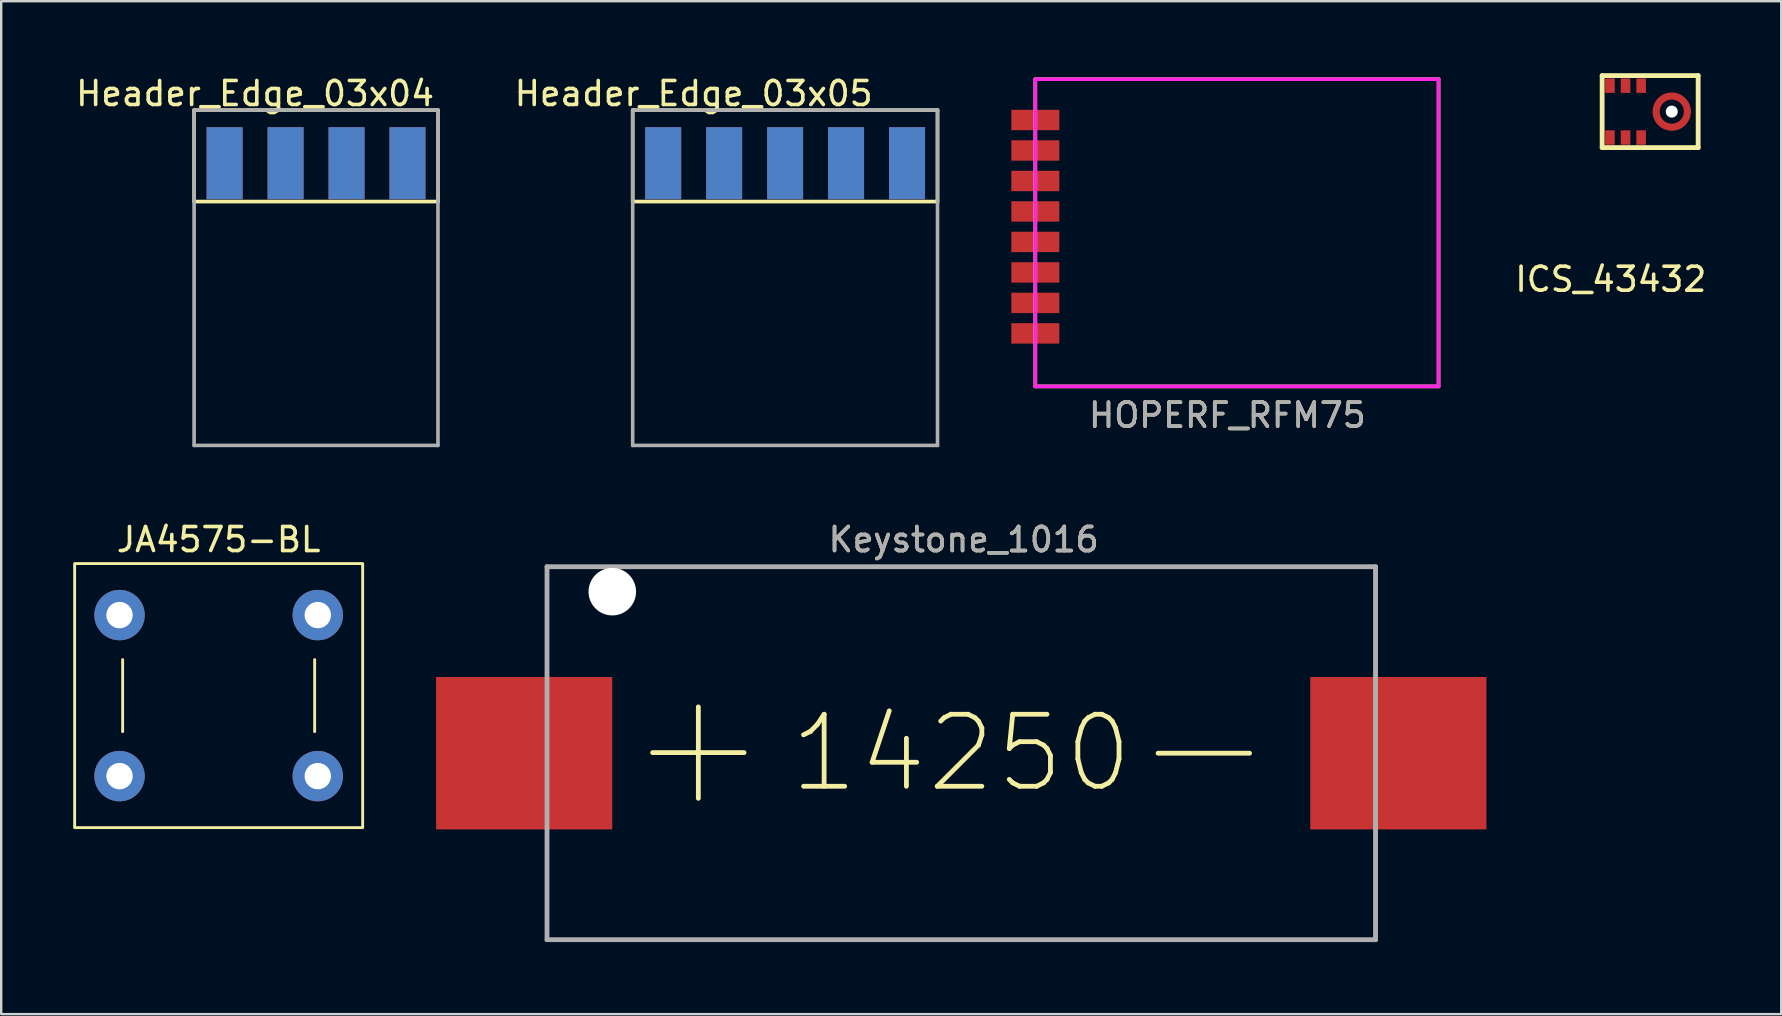
<source format=kicad_pcb>
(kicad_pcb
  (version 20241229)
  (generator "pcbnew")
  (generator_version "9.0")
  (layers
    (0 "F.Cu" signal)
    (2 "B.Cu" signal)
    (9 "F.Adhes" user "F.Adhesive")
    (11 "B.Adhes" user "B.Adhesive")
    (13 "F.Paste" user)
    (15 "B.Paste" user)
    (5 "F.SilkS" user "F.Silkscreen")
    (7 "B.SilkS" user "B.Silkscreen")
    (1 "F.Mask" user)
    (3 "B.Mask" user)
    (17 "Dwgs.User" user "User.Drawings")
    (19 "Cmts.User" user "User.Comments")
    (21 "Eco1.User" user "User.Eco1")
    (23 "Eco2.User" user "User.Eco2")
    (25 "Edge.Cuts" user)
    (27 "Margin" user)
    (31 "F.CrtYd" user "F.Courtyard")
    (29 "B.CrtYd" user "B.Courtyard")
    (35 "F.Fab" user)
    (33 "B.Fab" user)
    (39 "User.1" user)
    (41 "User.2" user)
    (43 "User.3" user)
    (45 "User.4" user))
  (footprint "Header_Edge_03x05"
    (layer "F.Cu")
    (at 24.58 5.348)
    (property "Reference" "Header_Edge_03x05" (at 1.27 -4.5 0) (layer "F.SilkS") (effects (font (size 1 1) (thickness 0.15))))
    (attr through_hole)
    (fp_line (start -1.27 -3.81) (end 11.43 -3.81) (stroke (width 0.15) (type solid)) (layer "F.SilkS"))
    (fp_line (start -1.27 0) (end -1.27 -3.81) (stroke (width 0.15) (type solid)) (layer "F.SilkS"))
    (fp_line (start 11.43 -3.81) (end 11.43 0) (stroke (width 0.15) (type solid)) (layer "F.SilkS"))
    (fp_line (start 11.43 0) (end -1.27 0) (stroke (width 0.15) (type solid)) (layer "F.SilkS"))
    (fp_line (start -1.27 -3.81) (end 11.43 -3.81) (stroke (width 0.15) (type solid)) (layer "F.Fab"))
    (fp_line (start -1.27 10.16) (end -1.27 -3.81) (stroke (width 0.15) (type solid)) (layer "F.Fab"))
    (fp_line (start 11.43 -3.81) (end 11.43 10.16) (stroke (width 0.15) (type solid)) (layer "F.Fab"))
    (fp_line (start 11.43 10.16) (end -1.27 10.16) (stroke (width 0.15) (type solid)) (layer "F.Fab"))
    (pad "1" smd rect (at 0 -1.6) (size 1.5 3) (layers "F.Cu" "F.Mask" "F.Paste"))
    (pad "2" smd rect (at 0 -1.6) (size 1.5 3) (layers "B.Cu" "B.Mask" "B.Paste"))
    (pad "3" smd rect (at 2.54 -1.6) (size 1.5 3) (layers "F.Cu" "F.Mask" "F.Paste"))
    (pad "4" smd rect (at 2.54 -1.6) (size 1.5 3) (layers "B.Cu" "B.Mask" "B.Paste"))
    (pad "5" smd rect (at 5.08 -1.6) (size 1.5 3) (layers "F.Cu" "F.Mask" "F.Paste"))
    (pad "6" smd rect (at 5.08 -1.6) (size 1.5 3) (layers "B.Cu" "B.Mask" "B.Paste"))
    (pad "7" smd rect (at 7.62 -1.6) (size 1.5 3) (layers "F.Cu" "F.Mask" "F.Paste"))
    (pad "8" smd rect (at 7.62 -1.6) (size 1.5 3) (layers "B.Cu" "B.Mask" "B.Paste"))
    (pad "9" smd rect (at 10.16 -1.6) (size 1.5 3) (layers "F.Cu" "F.Mask" "F.Paste"))
    (pad "10" smd rect (at 10.16 -1.6) (size 1.5 3) (layers "B.Cu" "B.Mask" "B.Paste")))
  (footprint "ICS_43432"
    (layer "F.Cu")
    (at 66.601 1.6)
    (property "Reference" "ICS_43432" (at -2.54 6.985 0) (layer "F.SilkS") (effects (font (size 1 1) (thickness 0.15))))
    (attr through_hole)
    (fp_line (start -2.9 -1.5) (end 1.1 -1.5) (stroke (width 0.2) (type solid)) (layer "F.SilkS"))
    (fp_line (start -2.9 1.5) (end -2.9 -1.5) (stroke (width 0.2) (type solid)) (layer "F.SilkS"))
    (fp_line (start 1.1 -1.5) (end 1.1 1.5) (stroke (width 0.2) (type solid)) (layer "F.SilkS"))
    (fp_line (start 1.1 1.5) (end -2.9 1.5) (stroke (width 0.2) (type solid)) (layer "F.SilkS"))
    (pad "" np_thru_hole circle (at 0 0) (size 0.5 0.5) (drill 0.5) (layers "*.Cu" "*.Mask"))
    (pad "1" smd rect (at -2.575 1.08) (size 0.4 0.6) (layers "F.Cu" "F.Mask" "F.Paste"))
    (pad "2" smd rect (at -1.925 1.08) (size 0.4 0.6) (layers "F.Cu" "F.Mask" "F.Paste"))
    (pad "3" smd rect (at -1.275 1.08) (size 0.4 0.6) (layers "F.Cu" "F.Mask" "F.Paste"))
    (pad "4" smd custom (at -0.65 0) (size 0.3 0.3) (layers "F.Cu" "F.Mask" "F.Paste") (options (anchor circle)) (primitives (gr_circle (center 0.65 0) (end 1.3 0) (width 0.3) (fill no))))
    (pad "5" smd rect (at -1.275 -1.08) (size 0.4 0.6) (layers "F.Cu" "F.Mask" "F.Paste"))
    (pad "6" smd rect (at -1.925 -1.08) (size 0.4 0.6) (layers "F.Cu" "F.Mask" "F.Paste"))
    (pad "7" smd rect (at -2.575 -1.08) (size 0.4 0.6) (layers "F.Cu" "F.Mask" "F.Paste")))
  (footprint "HOPERF_RFM75"
    (layer "F.Cu")
    (at 40.085 0.25)
    (property "Reference" "HOPERF_RFM75" (at 8 14 0) (layer "F.SilkS") (effects (font (size 1 1) (thickness 0.15))))
    (attr smd)
    (fp_line (start 0 0) (end 0 12.8) (stroke (width 0.15) (type solid)) (layer "F.SilkS"))
    (fp_line (start 0 0) (end 16.8 0) (stroke (width 0.15) (type solid)) (layer "F.SilkS"))
    (fp_line (start 16.8 0) (end 16.8 12.8) (stroke (width 0.15) (type solid)) (layer "F.SilkS"))
    (fp_line (start 16.8 12.8) (end 0 12.8) (stroke (width 0.15) (type solid)) (layer "F.SilkS"))
    (fp_line (start 0 0) (end 0 12.8) (stroke (width 0.15) (type solid)) (layer "F.CrtYd"))
    (fp_line (start 0 0) (end 16.8 0) (stroke (width 0.15) (type solid)) (layer "F.CrtYd"))
    (fp_line (start 16.8 0) (end 16.8 12.8) (stroke (width 0.15) (type solid)) (layer "F.CrtYd"))
    (fp_line (start 16.8 12.8) (end 0 12.8) (stroke (width 0.15) (type solid)) (layer "F.CrtYd"))
    (fp_text user "${REFERENCE}" (at 8 14 0) (layer "F.Fab") (effects (font (size 1 1) (thickness 0.15))))
    (pad "1" smd rect (at 0 1.7) (size 2 0.85) (layers "F.Cu" "F.Mask" "F.Paste"))
    (pad "2" smd rect (at 0 2.97) (size 2 0.85) (layers "F.Cu" "F.Mask" "F.Paste"))
    (pad "3" smd rect (at 0 4.24) (size 2 0.85) (layers "F.Cu" "F.Mask" "F.Paste"))
    (pad "4" smd rect (at 0 5.51) (size 2 0.85) (layers "F.Cu" "F.Mask" "F.Paste"))
    (pad "5" smd rect (at 0 6.78) (size 2 0.85) (layers "F.Cu" "F.Mask" "F.Paste"))
    (pad "6" smd rect (at 0 8.05) (size 2 0.85) (layers "F.Cu" "F.Mask" "F.Paste"))
    (pad "7" smd rect (at 0 9.32) (size 2 0.85) (layers "F.Cu" "F.Mask" "F.Paste"))
    (pad "8" smd rect (at 0 10.59) (size 2 0.85) (layers "F.Cu" "F.Mask" "F.Paste")))
  (footprint "Header_Edge_03x04"
    (layer "F.Cu")
    (at 6.307 5.348)
    (property "Reference" "Header_Edge_03x04" (at 1.27 -4.5 0) (layer "F.SilkS") (effects (font (size 1 1) (thickness 0.15))))
    (attr through_hole)
    (fp_line (start -1.27 -3.81) (end -1.27 0) (stroke (width 0.15) (type solid)) (layer "F.SilkS"))
    (fp_line (start -1.27 0) (end 8.89 0) (stroke (width 0.15) (type solid)) (layer "F.SilkS"))
    (fp_line (start 8.89 -3.81) (end -1.27 -3.81) (stroke (width 0.15) (type solid)) (layer "F.SilkS"))
    (fp_line (start 8.89 0) (end 8.89 -3.81) (stroke (width 0.15) (type solid)) (layer "F.SilkS"))
    (fp_line (start -1.27 -3.81) (end 8.89 -3.81) (stroke (width 0.15) (type solid)) (layer "F.Fab"))
    (fp_line (start -1.27 10.16) (end -1.27 -3.81) (stroke (width 0.15) (type solid)) (layer "F.Fab"))
    (fp_line (start 8.89 -3.81) (end 8.89 10.16) (stroke (width 0.15) (type solid)) (layer "F.Fab"))
    (fp_line (start 8.89 10.16) (end -1.27 10.16) (stroke (width 0.15) (type solid)) (layer "F.Fab"))
    (pad "1" smd rect (at 0 -1.6) (size 1.5 3) (layers "F.Cu" "F.Mask" "F.Paste"))
    (pad "2" smd rect (at 0 -1.6) (size 1.5 3) (layers "B.Cu" "B.Mask" "B.Paste"))
    (pad "3" smd rect (at 2.54 -1.6) (size 1.5 3) (layers "F.Cu" "F.Mask" "F.Paste"))
    (pad "4" smd rect (at 2.54 -1.6) (size 1.5 3) (layers "B.Cu" "B.Mask" "B.Paste"))
    (pad "5" smd rect (at 5.08 -1.6) (size 1.5 3) (layers "F.Cu" "F.Mask" "F.Paste"))
    (pad "6" smd rect (at 5.08 -1.6) (size 1.5 3) (layers "B.Cu" "B.Mask" "B.Paste"))
    (pad "7" smd rect (at 7.62 -1.6) (size 1.5 3) (layers "F.Cu" "F.Mask" "F.Paste"))
    (pad "8" smd rect (at 7.62 -1.6) (size 1.5 3) (layers "B.Cu" "B.Mask" "B.Paste")))
  (footprint "Keystone_1016"
    (layer "F.Cu")
    (at 37 28.331)
    (property "Reference" "Keystone_1016" (at 0.1 -8.9 0) (layer "F.SilkS") (effects (font (size 1 1) (thickness 0.15))))
    (attr smd)
    (fp_line (start -17.26 -7.77) (end 17.26 -7.77) (stroke (width 0.15) (type solid)) (layer "F.SilkS"))
    (fp_line (start -17.26 7.77) (end -17.26 -7.77) (stroke (width 0.15) (type solid)) (layer "F.SilkS"))
    (fp_line (start -17.26 7.77) (end 17.26 7.77) (stroke (width 0.15) (type solid)) (layer "F.SilkS"))
    (fp_line (start -12.86 -0.025) (end -9.05 -0.025) (stroke (width 0.2) (type solid)) (layer "F.SilkS"))
    (fp_line (start -10.955 -1.93) (end -10.955 1.88) (stroke (width 0.2) (type solid)) (layer "F.SilkS"))
    (fp_line (start 8.2 0) (end 12.01 0) (stroke (width 0.2) (type solid)) (layer "F.SilkS"))
    (fp_line (start 17.26 7.77) (end 17.26 -7.77) (stroke (width 0.15) (type solid)) (layer "F.SilkS"))
    (fp_line (start -17.26 -7.77) (end 17.26 -7.77) (stroke (width 0.2) (type solid)) (layer "F.Fab"))
    (fp_line (start -17.26 7.77) (end -17.26 -7.77) (stroke (width 0.2) (type solid)) (layer "F.Fab"))
    (fp_line (start -17.26 7.77) (end 17.26 7.77) (stroke (width 0.2) (type solid)) (layer "F.Fab"))
    (fp_line (start 17.26 -7.77) (end 17.26 7.77) (stroke (width 0.2) (type solid)) (layer "F.Fab"))
    (fp_text user "14250" (at 0 0 0) (layer "F.SilkS") (effects (font (size 3 3) (thickness 0.2))))
    (fp_text user "${REFERENCE}" (at 0.1 -8.9 0) (layer "F.Fab") (effects (font (size 1 1) (thickness 0.15))))
    (pad "" np_thru_hole circle (at -14.54 -6.73) (size 1.98 1.98) (drill 1.98) (layers "*.Cu" "*.Mask"))
    (pad "1" smd rect (at -18.21 0) (size 7.34 6.35) (layers "F.Cu" "F.Mask" "F.Paste"))
    (pad "2" smd rect (at 18.21 0) (size 7.34 6.35) (layers "F.Cu" "F.Mask" "F.Paste")))
  (footprint "JA4575-BL"
    (layer "F.Cu")
    (at 6.06 25.931)
    (property "Reference" "JA4575-BL" (at 0 -6.5 0) (unlocked yes) (layer "F.SilkS") (effects (font (size 1 1) (thickness 0.15))))
    (attr through_hole)
    (fp_line (start -4 -1.5) (end -4 1.5) (stroke (width 0.12) (type solid)) (layer "F.SilkS"))
    (fp_line (start 4 -1.5) (end 4 1.5) (stroke (width 0.12) (type solid)) (layer "F.SilkS"))
    (fp_rect (start -6 -5.5) (end 6 5.5) (stroke (width 0.12) (type solid)) (fill no) (layer "F.SilkS"))
    (pad "1" thru_hole circle (at -4.13 -3.355) (size 2.1 2.1) (drill 1.1) (layers "*.Cu" "*.Mask"))
    (pad "2" thru_hole circle (at -4.13 3.355) (size 2.1 2.1) (drill 1.1) (layers "*.Cu" "*.Mask"))
    (pad "3" thru_hole circle (at 4.13 -3.355) (size 2.1 2.1) (drill 1.1) (layers "*.Cu" "*.Mask"))
    (pad "4" thru_hole circle (at 4.13 3.355) (size 2.1 2.1) (drill 1.1) (layers "*.Cu" "*.Mask")))
  (gr_rect
    (start -3 -3)
    (end 71.162 39.202)
    (stroke (width 0.1) (type default))
    (fill no)
    (layer "Edge.Cuts")))
</source>
